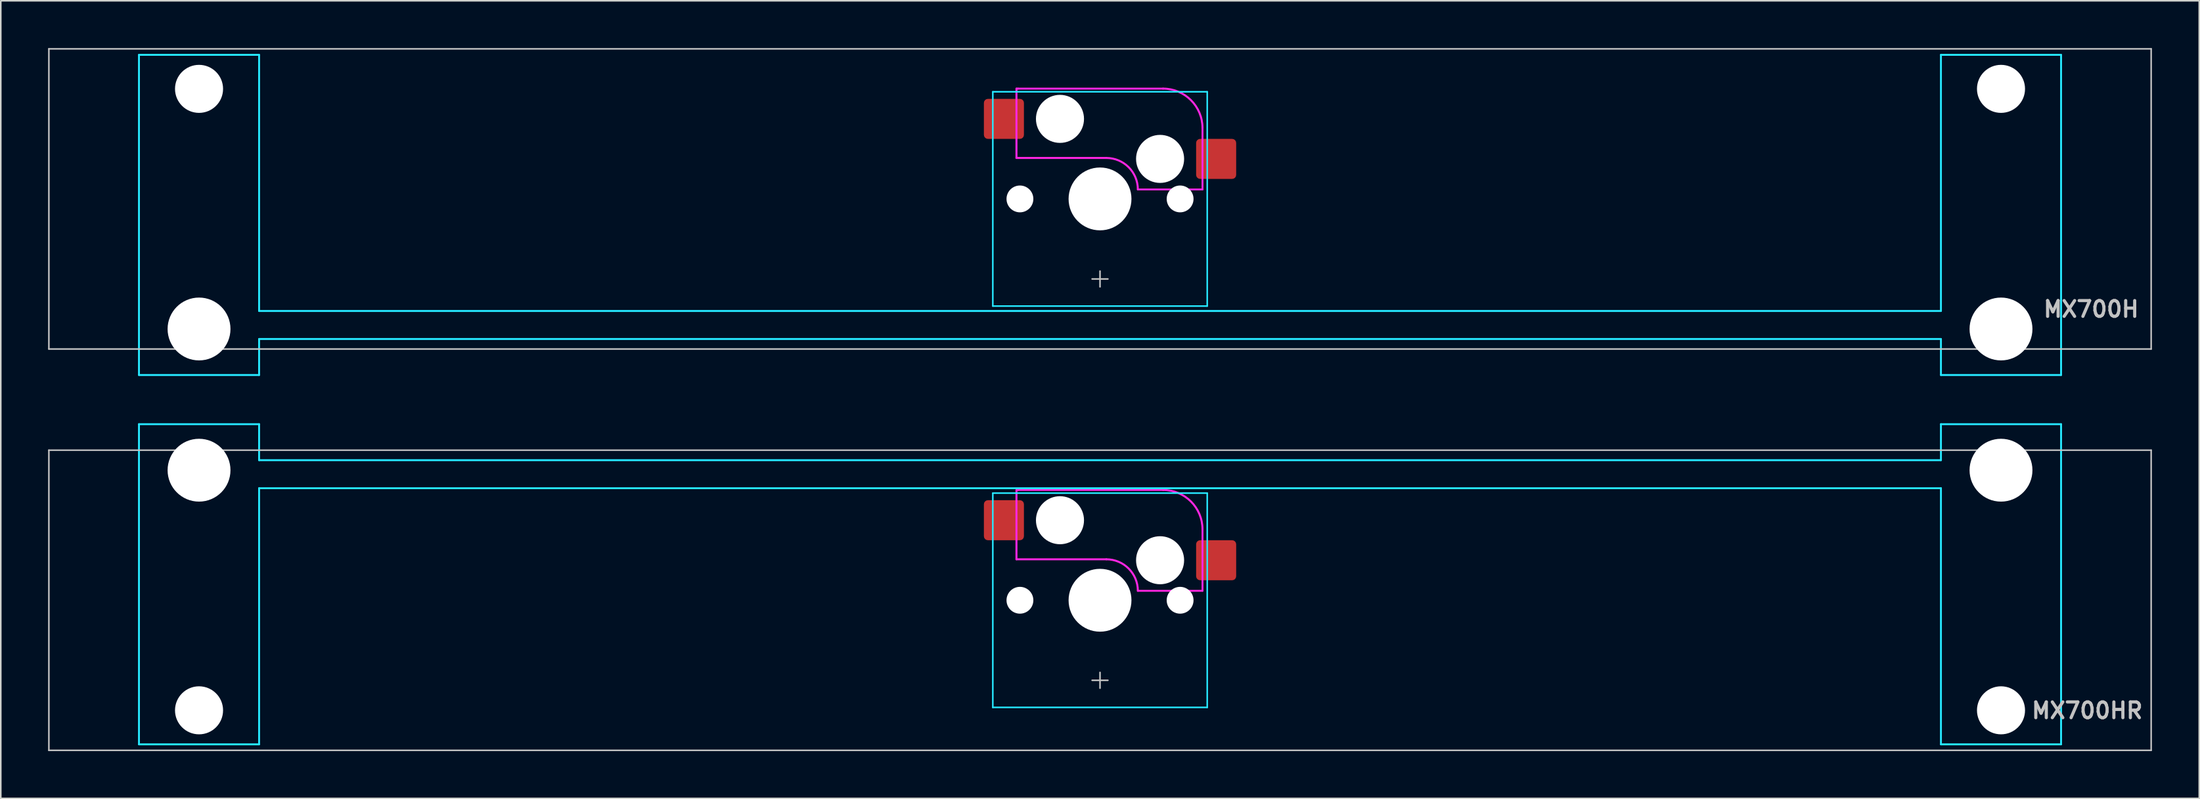
<source format=kicad_pcb>
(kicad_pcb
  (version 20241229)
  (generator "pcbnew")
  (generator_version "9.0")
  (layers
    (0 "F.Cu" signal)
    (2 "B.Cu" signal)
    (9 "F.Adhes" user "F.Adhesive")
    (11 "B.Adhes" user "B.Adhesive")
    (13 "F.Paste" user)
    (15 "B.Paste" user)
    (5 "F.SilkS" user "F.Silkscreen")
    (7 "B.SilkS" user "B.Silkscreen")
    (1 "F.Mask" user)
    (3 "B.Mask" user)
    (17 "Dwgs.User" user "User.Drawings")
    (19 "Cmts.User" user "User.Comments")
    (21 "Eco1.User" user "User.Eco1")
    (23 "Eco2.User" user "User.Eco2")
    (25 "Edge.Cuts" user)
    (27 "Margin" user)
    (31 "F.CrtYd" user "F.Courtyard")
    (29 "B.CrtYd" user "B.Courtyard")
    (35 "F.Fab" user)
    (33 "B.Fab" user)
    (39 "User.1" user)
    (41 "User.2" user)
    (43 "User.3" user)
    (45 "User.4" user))
  (footprint "MX700H"
    (layer "F.Cu")
    (at 66.725 9.575)
    (property "Reference" "MX700H" (at 66 7 0) (layer "Dwgs.User") (effects (font (size 1 1) (thickness 0.2)) (justify right)))
    (attr smd)
    (fp_line (start -66.675 -9.525) (end -66.675 9.525) (stroke (width 0.1) (type solid)) (layer "Dwgs.User"))
    (fp_line (start -66.675 -9.525) (end 66.675 -9.525) (stroke (width 0.1) (type solid)) (layer "Dwgs.User"))
    (fp_line (start -66.675 9.525) (end 66.675 9.525) (stroke (width 0.1) (type solid)) (layer "Dwgs.User"))
    (fp_line (start -0.5 5.08) (end 0.5 5.08) (stroke (width 0.1) (type solid)) (layer "Dwgs.User"))
    (fp_line (start 0 4.58) (end 0 5.58) (stroke (width 0.1) (type solid)) (layer "Dwgs.User"))
    (fp_line (start 66.675 -9.525) (end 66.675 9.525) (stroke (width 0.1) (type solid)) (layer "Dwgs.User"))
    (fp_line (start -60.65 -5.485) (end -60.65 8.515) (stroke (width 0.1) (type solid)) (layer "Eco1.User"))
    (fp_line (start -60.15 -5.985) (end -54.15 -5.985) (stroke (width 0.1) (type solid)) (layer "Eco1.User"))
    (fp_line (start -54.15 9.015) (end -60.15 9.015) (stroke (width 0.1) (type solid)) (layer "Eco1.User"))
    (fp_line (start -53.65 8.515) (end -53.65 -5.485) (stroke (width 0.1) (type solid)) (layer "Eco1.User"))
    (fp_line (start -7 -6.5) (end -7 6.5) (stroke (width 0.1) (type solid)) (layer "Eco1.User"))
    (fp_line (start -6.5 7) (end 6.5 7) (stroke (width 0.1) (type solid)) (layer "Eco1.User"))
    (fp_line (start 6.5 -7) (end -6.5 -7) (stroke (width 0.1) (type solid)) (layer "Eco1.User"))
    (fp_line (start 7 6.5) (end 7 -6.5) (stroke (width 0.1) (type solid)) (layer "Eco1.User"))
    (fp_line (start 53.65 -5.485) (end 53.65 8.515) (stroke (width 0.1) (type solid)) (layer "Eco1.User"))
    (fp_line (start 54.15 -5.985) (end 60.15 -5.985) (stroke (width 0.1) (type solid)) (layer "Eco1.User"))
    (fp_line (start 60.15 9.015) (end 54.15 9.015) (stroke (width 0.1) (type solid)) (layer "Eco1.User"))
    (fp_line (start 60.65 8.515) (end 60.65 -5.485) (stroke (width 0.1) (type solid)) (layer "Eco1.User"))
    (fp_arc (start -60.65 -5.485) (mid -60.503553 -5.838553) (end -60.15 -5.985) (stroke (width 0.1) (type solid)) (layer "Eco1.User"))
    (fp_arc (start -60.15 9.015) (mid -60.503553 8.868553) (end -60.65 8.515) (stroke (width 0.1) (type solid)) (layer "Eco1.User"))
    (fp_arc (start -54.15 -5.985) (mid -53.796447 -5.838553) (end -53.65 -5.485) (stroke (width 0.1) (type solid)) (layer "Eco1.User"))
    (fp_arc (start -53.65 8.515) (mid -53.796447 8.868553) (end -54.15 9.015) (stroke (width 0.1) (type solid)) (layer "Eco1.User"))
    (fp_arc (start -7 -6.5) (mid -6.853553 -6.853553) (end -6.5 -7) (stroke (width 0.1) (type solid)) (layer "Eco1.User"))
    (fp_arc (start -6.5 7) (mid -6.853553 6.853553) (end -7 6.5) (stroke (width 0.1) (type solid)) (layer "Eco1.User"))
    (fp_arc (start 6.5 -7) (mid 6.853553 -6.853553) (end 7 -6.5) (stroke (width 0.1) (type solid)) (layer "Eco1.User"))
    (fp_arc (start 7 6.5) (mid 6.853553 6.853553) (end 6.5 7) (stroke (width 0.1) (type solid)) (layer "Eco1.User"))
    (fp_arc (start 53.65 -5.485) (mid 53.796447 -5.838553) (end 54.15 -5.985) (stroke (width 0.1) (type solid)) (layer "Eco1.User"))
    (fp_arc (start 54.15 9.015) (mid 53.796447 8.868553) (end 53.65 8.515) (stroke (width 0.1) (type solid)) (layer "Eco1.User"))
    (fp_arc (start 60.15 -5.985) (mid 60.503553 -5.838553) (end 60.65 -5.485) (stroke (width 0.1) (type solid)) (layer "Eco1.User"))
    (fp_arc (start 60.65 8.515) (mid 60.503553 8.868553) (end 60.15 9.015) (stroke (width 0.1) (type solid)) (layer "Eco1.User"))
    (fp_line (start -60.96 -9.144) (end -53.34 -9.144) (stroke (width 0.12) (type solid)) (layer "B.CrtYd"))
    (fp_line (start -60.96 11.176) (end -60.96 -9.144) (stroke (width 0.12) (type solid)) (layer "B.CrtYd"))
    (fp_line (start -60.96 11.176) (end -53.34 11.176) (stroke (width 0.12) (type solid)) (layer "B.CrtYd"))
    (fp_line (start -53.34 7.112) (end -53.34 -9.144) (stroke (width 0.12) (type solid)) (layer "B.CrtYd"))
    (fp_line (start -53.34 7.112) (end 53.34 7.112) (stroke (width 0.12) (type solid)) (layer "B.CrtYd"))
    (fp_line (start -53.34 8.89) (end 53.34 8.89) (stroke (width 0.12) (type solid)) (layer "B.CrtYd"))
    (fp_line (start -53.34 11.176) (end -53.34 8.89) (stroke (width 0.12) (type solid)) (layer "B.CrtYd"))
    (fp_line (start -6.8 -6.8) (end -6.8 6.8) (stroke (width 0.1) (type solid)) (layer "B.CrtYd"))
    (fp_line (start 6.8 -6.8) (end -6.8 -6.8) (stroke (width 0.1) (type solid)) (layer "B.CrtYd"))
    (fp_line (start 6.8 -6.8) (end 6.8 6.8) (stroke (width 0.1) (type solid)) (layer "B.CrtYd"))
    (fp_line (start 6.8 6.8) (end -6.8 6.8) (stroke (width 0.1) (type solid)) (layer "B.CrtYd"))
    (fp_line (start 53.34 7.112) (end 53.34 -9.144) (stroke (width 0.12) (type solid)) (layer "B.CrtYd"))
    (fp_line (start 53.34 11.176) (end 53.34 8.89) (stroke (width 0.12) (type solid)) (layer "B.CrtYd"))
    (fp_line (start 60.96 -9.144) (end 53.34 -9.144) (stroke (width 0.12) (type solid)) (layer "B.CrtYd"))
    (fp_line (start 60.96 11.176) (end 53.34 11.176) (stroke (width 0.12) (type solid)) (layer "B.CrtYd"))
    (fp_line (start 60.96 11.176) (end 60.96 -9.144) (stroke (width 0.12) (type solid)) (layer "B.CrtYd"))
    (fp_line (start -5.3 -7) (end -5.3 -2.6) (stroke (width 0.127) (type solid)) (layer "F.CrtYd"))
    (fp_line (start -5.2 -7) (end -5.3 -7) (stroke (width 0.12) (type solid)) (layer "F.CrtYd"))
    (fp_line (start 0.4 -2.6) (end -5.3 -2.6) (stroke (width 0.127) (type solid)) (layer "F.CrtYd"))
    (fp_line (start 4 -7) (end -5.2 -7) (stroke (width 0.12) (type solid)) (layer "F.CrtYd"))
    (fp_line (start 6.5 -4.5) (end 6.5 -0.6) (stroke (width 0.12) (type solid)) (layer "F.CrtYd"))
    (fp_line (start 6.5 -0.6) (end 2.4 -0.6) (stroke (width 0.12) (type solid)) (layer "F.CrtYd"))
    (fp_arc (start 0.4 -2.6) (mid 1.814214 -2.014214) (end 2.4 -0.6) (stroke (width 0.127) (type solid)) (layer "F.CrtYd"))
    (fp_arc (start 4 -7) (mid 5.767767 -6.267767) (end 6.5 -4.5) (stroke (width 0.127) (type solid)) (layer "F.CrtYd"))
    (pad "" np_thru_hole circle (at -57.15 -6.985) (size 3.048 3.048) (drill 3.048) (layers "*.Cu" "*.Mask"))
    (pad "" np_thru_hole circle (at -57.15 8.255) (size 3.988 3.988) (drill 3.988) (layers "*.Cu" "*.Mask"))
    (pad "" np_thru_hole circle (at -5.08 0) (size 1.702 1.702) (drill 1.702) (layers "*.Cu" "*.Mask"))
    (pad "" np_thru_hole circle (at -2.54 -5.08) (size 3.048 3.048) (drill 3.048) (layers "*.Cu" "*.Mask"))
    (pad "" np_thru_hole circle (at 0 0) (size 3.988 3.988) (drill 3.988) (layers "*.Cu" "*.Mask"))
    (pad "" np_thru_hole circle (at 3.81 -2.54) (size 3.048 3.048) (drill 3.048) (layers "*.Cu" "*.Mask"))
    (pad "" np_thru_hole circle (at 5.08 0) (size 1.702 1.702) (drill 1.702) (layers "*.Cu" "*.Mask"))
    (pad "" np_thru_hole circle (at 57.15 -6.985) (size 3.048 3.048) (drill 3.048) (layers "*.Cu" "*.Mask"))
    (pad "" np_thru_hole circle (at 57.15 8.255) (size 3.988 3.988) (drill 3.988) (layers "*.Cu" "*.Mask"))
    (pad "1" smd roundrect (at -6.096 -5.08) (size 2.54 2.54) (layers "F.Cu" "F.Mask") (roundrect_rratio 0.1))
    (pad "2" smd roundrect (at 7.366 -2.54) (size 2.54 2.54) (layers "F.Cu" "F.Mask") (roundrect_rratio 0.1)))
  (footprint "MX700HR"
    (layer "F.Cu")
    (at 66.725 35.047)
    (property "Reference" "MX700HR" (at 66.25 7 0) (layer "Dwgs.User") (effects (font (size 1 1) (thickness 0.2)) (justify right)))
    (attr smd)
    (fp_line (start -66.675 -9.525) (end -66.675 9.525) (stroke (width 0.1) (type solid)) (layer "Dwgs.User"))
    (fp_line (start -66.675 -9.525) (end 66.675 -9.525) (stroke (width 0.1) (type solid)) (layer "Dwgs.User"))
    (fp_line (start -66.675 9.525) (end 66.675 9.525) (stroke (width 0.1) (type solid)) (layer "Dwgs.User"))
    (fp_line (start -0.5 5.08) (end 0.5 5.08) (stroke (width 0.1) (type solid)) (layer "Dwgs.User"))
    (fp_line (start 0 4.58) (end 0 5.58) (stroke (width 0.1) (type solid)) (layer "Dwgs.User"))
    (fp_line (start 66.675 -9.525) (end 66.675 9.525) (stroke (width 0.1) (type solid)) (layer "Dwgs.User"))
    (fp_line (start -60.65 -8.515) (end -60.65 5.485) (stroke (width 0.1) (type solid)) (layer "Eco1.User"))
    (fp_line (start -60.15 -9.015) (end -54.15 -9.015) (stroke (width 0.1) (type solid)) (layer "Eco1.User"))
    (fp_line (start -54.15 5.985) (end -60.15 5.985) (stroke (width 0.1) (type solid)) (layer "Eco1.User"))
    (fp_line (start -53.65 5.485) (end -53.65 -8.515) (stroke (width 0.1) (type solid)) (layer "Eco1.User"))
    (fp_line (start -7 -6.5) (end -7 6.5) (stroke (width 0.1) (type solid)) (layer "Eco1.User"))
    (fp_line (start -6.5 7) (end 6.5 7) (stroke (width 0.1) (type solid)) (layer "Eco1.User"))
    (fp_line (start 6.5 -7) (end -6.5 -7) (stroke (width 0.1) (type solid)) (layer "Eco1.User"))
    (fp_line (start 7 6.5) (end 7 -6.5) (stroke (width 0.1) (type solid)) (layer "Eco1.User"))
    (fp_line (start 53.65 -8.515) (end 53.65 5.485) (stroke (width 0.1) (type solid)) (layer "Eco1.User"))
    (fp_line (start 54.15 -9.015) (end 60.15 -9.015) (stroke (width 0.1) (type solid)) (layer "Eco1.User"))
    (fp_line (start 60.15 5.985) (end 54.15 5.985) (stroke (width 0.1) (type solid)) (layer "Eco1.User"))
    (fp_line (start 60.65 5.485) (end 60.65 -8.515) (stroke (width 0.1) (type solid)) (layer "Eco1.User"))
    (fp_arc (start -60.65 -8.515) (mid -60.503553 -8.868553) (end -60.15 -9.015) (stroke (width 0.1) (type solid)) (layer "Eco1.User"))
    (fp_arc (start -60.15 5.985) (mid -60.503553 5.838553) (end -60.65 5.485) (stroke (width 0.1) (type solid)) (layer "Eco1.User"))
    (fp_arc (start -54.15 -9.015) (mid -53.796447 -8.868553) (end -53.65 -8.515) (stroke (width 0.1) (type solid)) (layer "Eco1.User"))
    (fp_arc (start -53.65 5.485) (mid -53.796447 5.838553) (end -54.15 5.985) (stroke (width 0.1) (type solid)) (layer "Eco1.User"))
    (fp_arc (start -7 -6.5) (mid -6.853553 -6.853553) (end -6.5 -7) (stroke (width 0.1) (type solid)) (layer "Eco1.User"))
    (fp_arc (start -6.5 7) (mid -6.853553 6.853553) (end -7 6.5) (stroke (width 0.1) (type solid)) (layer "Eco1.User"))
    (fp_arc (start 6.5 -7) (mid 6.853553 -6.853553) (end 7 -6.5) (stroke (width 0.1) (type solid)) (layer "Eco1.User"))
    (fp_arc (start 7 6.5) (mid 6.853553 6.853553) (end 6.5 7) (stroke (width 0.1) (type solid)) (layer "Eco1.User"))
    (fp_arc (start 53.65 -8.515) (mid 53.796447 -8.868553) (end 54.15 -9.015) (stroke (width 0.1) (type solid)) (layer "Eco1.User"))
    (fp_arc (start 54.15 5.985) (mid 53.796447 5.838553) (end 53.65 5.485) (stroke (width 0.1) (type solid)) (layer "Eco1.User"))
    (fp_arc (start 60.15 -9.015) (mid 60.503553 -8.868553) (end 60.65 -8.515) (stroke (width 0.1) (type solid)) (layer "Eco1.User"))
    (fp_arc (start 60.65 5.485) (mid 60.503553 5.838553) (end 60.15 5.985) (stroke (width 0.1) (type solid)) (layer "Eco1.User"))
    (fp_line (start -60.96 -11.176) (end -60.96 9.144) (stroke (width 0.12) (type solid)) (layer "B.CrtYd"))
    (fp_line (start -60.96 -11.176) (end -53.34 -11.176) (stroke (width 0.12) (type solid)) (layer "B.CrtYd"))
    (fp_line (start -60.96 9.144) (end -53.34 9.144) (stroke (width 0.12) (type solid)) (layer "B.CrtYd"))
    (fp_line (start -53.34 -11.176) (end -53.34 -8.89) (stroke (width 0.12) (type solid)) (layer "B.CrtYd"))
    (fp_line (start -53.34 -7.112) (end -53.34 9.144) (stroke (width 0.12) (type solid)) (layer "B.CrtYd"))
    (fp_line (start -6.8 -6.8) (end -6.8 6.8) (stroke (width 0.1) (type solid)) (layer "B.CrtYd"))
    (fp_line (start 6.8 -6.8) (end -6.8 -6.8) (stroke (width 0.1) (type solid)) (layer "B.CrtYd"))
    (fp_line (start 6.8 -6.8) (end 6.8 6.8) (stroke (width 0.1) (type solid)) (layer "B.CrtYd"))
    (fp_line (start 6.8 6.8) (end -6.8 6.8) (stroke (width 0.1) (type solid)) (layer "B.CrtYd"))
    (fp_line (start 53.34 -11.176) (end 53.34 -8.89) (stroke (width 0.12) (type solid)) (layer "B.CrtYd"))
    (fp_line (start 53.34 -8.89) (end -53.34 -8.89) (stroke (width 0.12) (type solid)) (layer "B.CrtYd"))
    (fp_line (start 53.34 -7.112) (end -53.34 -7.112) (stroke (width 0.12) (type solid)) (layer "B.CrtYd"))
    (fp_line (start 53.34 -7.112) (end 53.34 9.144) (stroke (width 0.12) (type solid)) (layer "B.CrtYd"))
    (fp_line (start 60.96 -11.176) (end 53.34 -11.176) (stroke (width 0.12) (type solid)) (layer "B.CrtYd"))
    (fp_line (start 60.96 -11.176) (end 60.96 9.144) (stroke (width 0.12) (type solid)) (layer "B.CrtYd"))
    (fp_line (start 60.96 9.144) (end 53.34 9.144) (stroke (width 0.12) (type solid)) (layer "B.CrtYd"))
    (fp_line (start -5.3 -7) (end -5.3 -2.6) (stroke (width 0.127) (type solid)) (layer "F.CrtYd"))
    (fp_line (start -5.2 -7) (end -5.3 -7) (stroke (width 0.12) (type solid)) (layer "F.CrtYd"))
    (fp_line (start 0.4 -2.6) (end -5.3 -2.6) (stroke (width 0.127) (type solid)) (layer "F.CrtYd"))
    (fp_line (start 4 -7) (end -5.2 -7) (stroke (width 0.12) (type solid)) (layer "F.CrtYd"))
    (fp_line (start 6.5 -4.5) (end 6.5 -0.6) (stroke (width 0.12) (type solid)) (layer "F.CrtYd"))
    (fp_line (start 6.5 -0.6) (end 2.4 -0.6) (stroke (width 0.12) (type solid)) (layer "F.CrtYd"))
    (fp_arc (start 0.4 -2.6) (mid 1.814214 -2.014214) (end 2.4 -0.6) (stroke (width 0.127) (type solid)) (layer "F.CrtYd"))
    (fp_arc (start 4 -7) (mid 5.767767 -6.267767) (end 6.5 -4.5) (stroke (width 0.127) (type solid)) (layer "F.CrtYd"))
    (pad "" np_thru_hole circle (at -57.15 -8.255 180) (size 3.988 3.988) (drill 3.988) (layers "*.Cu" "*.Mask"))
    (pad "" np_thru_hole circle (at -57.15 6.985 180) (size 3.048 3.048) (drill 3.048) (layers "*.Cu" "*.Mask"))
    (pad "" np_thru_hole circle (at -5.08 0) (size 1.702 1.702) (drill 1.702) (layers "*.Cu" "*.Mask"))
    (pad "" np_thru_hole circle (at -2.54 -5.08) (size 3.048 3.048) (drill 3.048) (layers "*.Cu" "*.Mask"))
    (pad "" np_thru_hole circle (at 0 0) (size 3.988 3.988) (drill 3.988) (layers "*.Cu" "*.Mask"))
    (pad "" np_thru_hole circle (at 3.81 -2.54) (size 3.048 3.048) (drill 3.048) (layers "*.Cu" "*.Mask"))
    (pad "" np_thru_hole circle (at 5.08 0) (size 1.702 1.702) (drill 1.702) (layers "*.Cu" "*.Mask"))
    (pad "" np_thru_hole circle (at 57.15 -8.255 180) (size 3.988 3.988) (drill 3.988) (layers "*.Cu" "*.Mask"))
    (pad "" np_thru_hole circle (at 57.15 6.985 180) (size 3.048 3.048) (drill 3.048) (layers "*.Cu" "*.Mask"))
    (pad "1" smd roundrect (at -6.096 -5.08) (size 2.54 2.54) (layers "F.Cu" "F.Mask") (roundrect_rratio 0.1))
    (pad "2" smd roundrect (at 7.366 -2.54) (size 2.54 2.54) (layers "F.Cu" "F.Mask") (roundrect_rratio 0.1)))
  (gr_rect
    (start -3 -3)
    (end 136.45 47.622)
    (stroke (width 0.1) (type default))
    (fill no)
    (layer "Edge.Cuts")))
</source>
